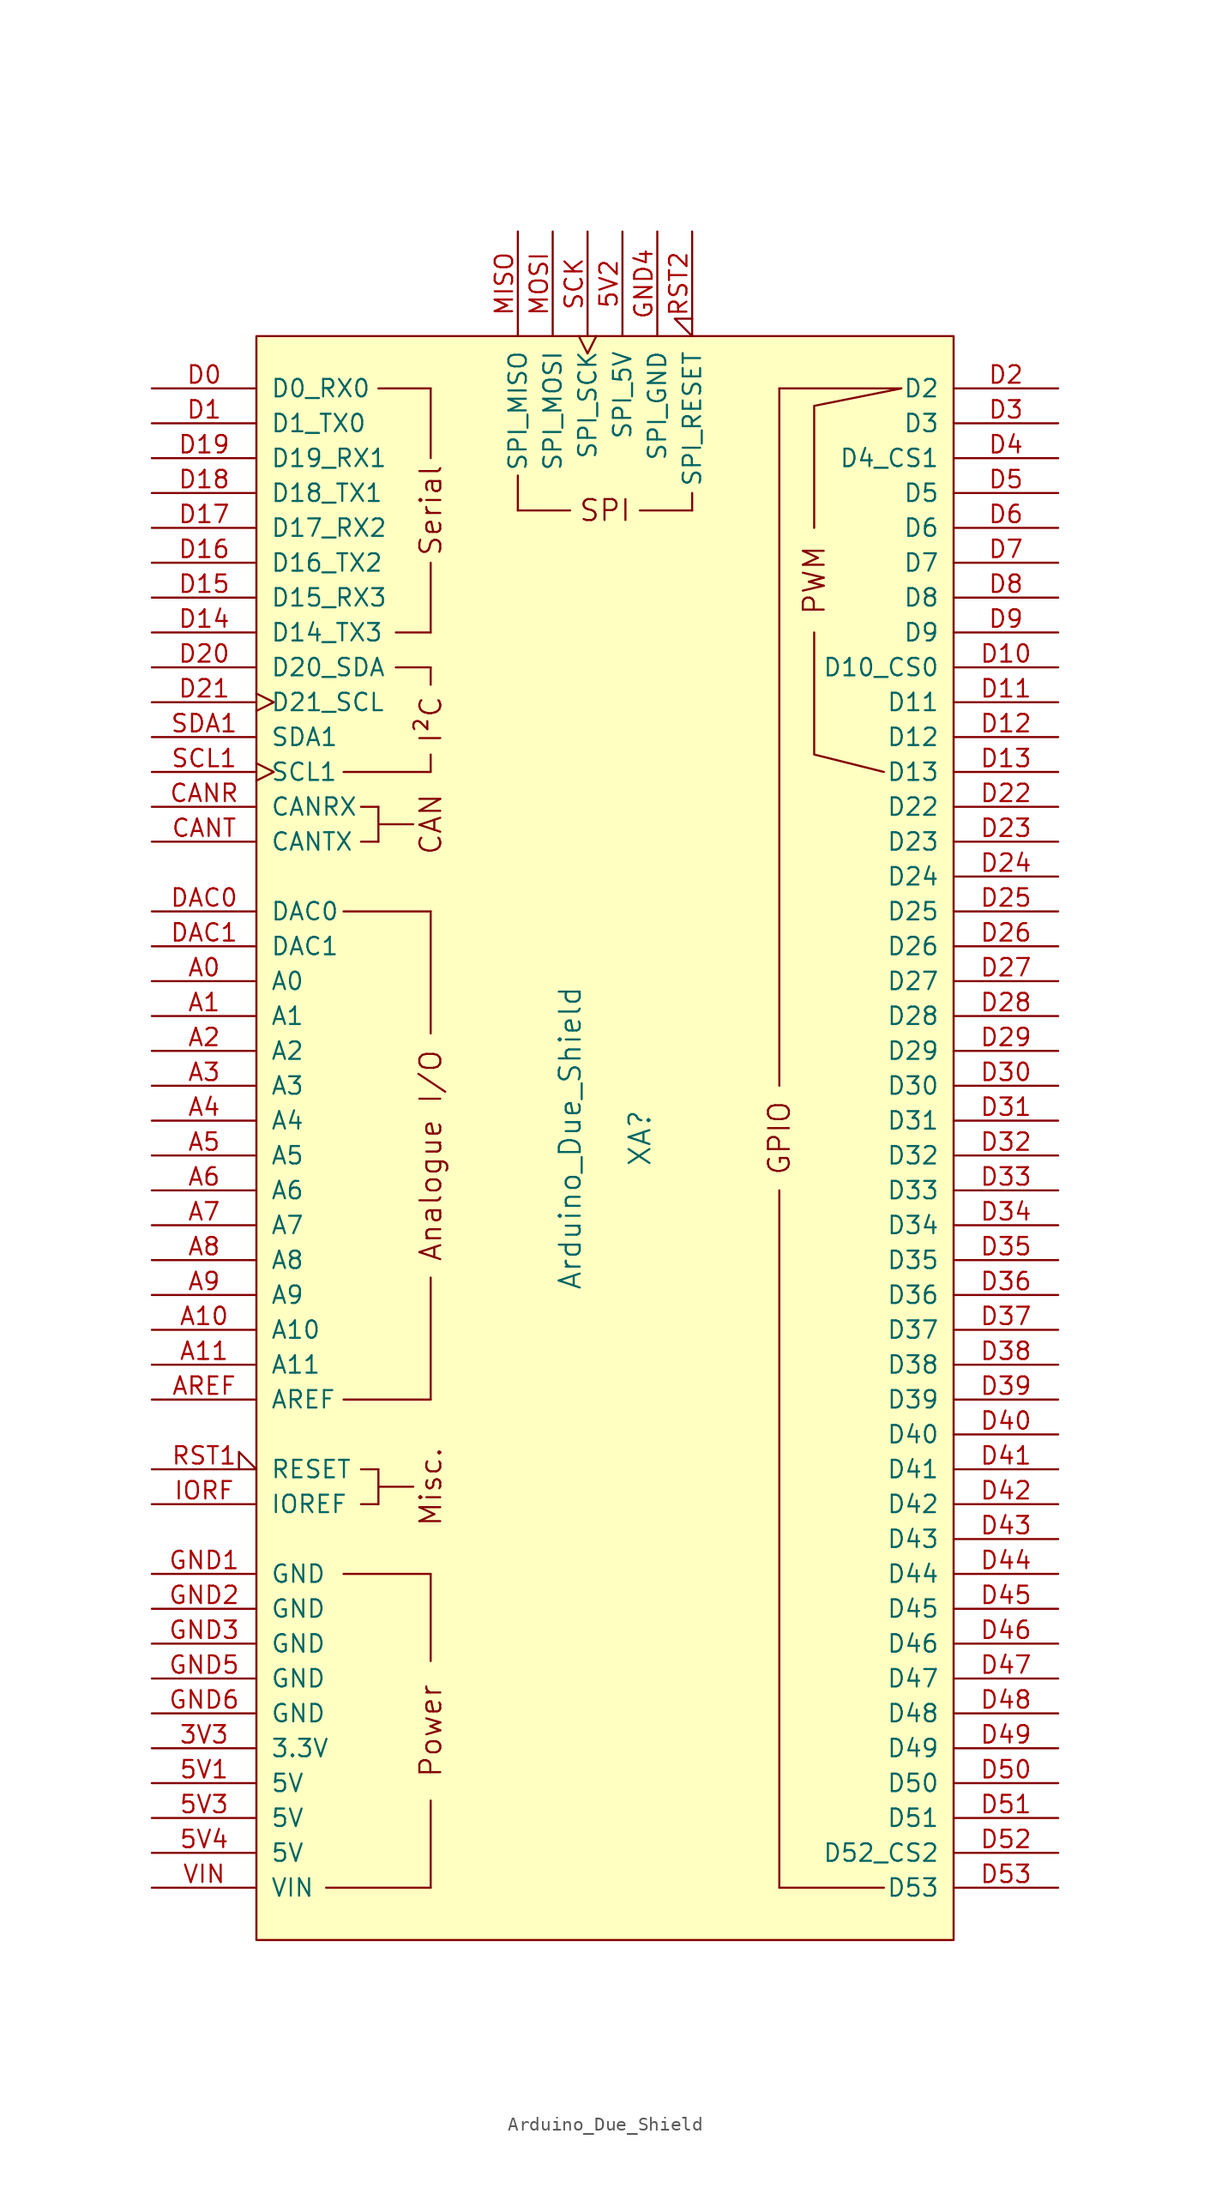
<source format=kicad_sym>
(kicad_symbol_lib
  (version 20220914)
  (generator kicad_symbol_editor)
  (symbol "Arduino_Due_Shield"
    (pin_names
      (offset 1.016))
    (property "Reference" "XA"
      (at 2.54 0 90)
      (effects (font (size 1.524 1.524))))
    (property "Value" "Arduino_Due_Shield"
      (at -2.54 0 90)
      (effects (font (size 1.524 1.524))))
    (symbol "Arduino_Due_Shield_0_0"
      (rectangle (start -25.4 -58.42) (end 25.4 58.42) (stroke (width 0) (type default)) (fill (type background)))
      (rectangle (start -20.32 -54.61) (end -12.7 -54.61) (stroke (width 0) (type default)) (fill (type none)))
      (rectangle (start -19.05 -31.75) (end -12.7 -31.75) (stroke (width 0) (type default)) (fill (type none)))
      (rectangle (start -19.05 -19.05) (end -12.7 -19.05) (stroke (width 0) (type default)) (fill (type none)))
      (rectangle (start -19.05 16.51) (end -12.7 16.51) (stroke (width 0) (type default)) (fill (type none)))
      (rectangle (start -19.05 26.67) (end -12.7 26.67) (stroke (width 0) (type default)) (fill (type none)))
      (rectangle (start -17.78 -26.67) (end -16.51 -26.67) (stroke (width 0) (type default)) (fill (type none)))
      (rectangle (start -17.78 -24.13) (end -16.51 -24.13) (stroke (width 0) (type default)) (fill (type none)))
      (rectangle (start -17.78 21.59) (end -16.51 21.59) (stroke (width 0) (type default)) (fill (type none)))
      (rectangle (start -17.78 24.13) (end -16.51 24.13) (stroke (width 0) (type default)) (fill (type none)))
      (rectangle (start -16.51 -25.4) (end -13.97 -25.4) (stroke (width 0) (type default)) (fill (type none)))
      (rectangle (start -16.51 -24.13) (end -16.51 -26.67) (stroke (width 0) (type default)) (fill (type none)))
      (rectangle (start -16.51 22.86) (end -13.97 22.86) (stroke (width 0) (type default)) (fill (type none)))
      (rectangle (start -16.51 24.13) (end -16.51 21.59) (stroke (width 0) (type default)) (fill (type none)))
      (rectangle (start -16.51 54.61) (end -12.7 54.61) (stroke (width 0) (type default)) (fill (type none)))
      (rectangle (start -15.24 34.29) (end -12.7 34.29) (stroke (width 0) (type default)) (fill (type none)))
      (rectangle (start -15.24 36.83) (end -12.7 36.83) (stroke (width 0) (type default)) (fill (type none)))
      (rectangle (start -12.7 -54.61) (end -12.7 -48.26) (stroke (width 0) (type default)) (fill (type none)))
      (rectangle (start -12.7 -31.75) (end -12.7 -38.1) (stroke (width 0) (type default)) (fill (type none)))
      (rectangle (start -12.7 -19.05) (end -12.7 -10.16) (stroke (width 0) (type default)) (fill (type none)))
      (rectangle (start -12.7 16.51) (end -12.7 7.62) (stroke (width 0) (type default)) (fill (type none)))
      (rectangle (start -12.7 26.67) (end -12.7 27.94) (stroke (width 0) (type default)) (fill (type none)))
      (rectangle (start -12.7 34.29) (end -12.7 33.02) (stroke (width 0) (type default)) (fill (type none)))
      (rectangle (start -12.7 41.91) (end -12.7 36.83) (stroke (width 0) (type default)) (fill (type none)))
      (rectangle (start -12.7 49.53) (end -12.7 54.61) (stroke (width 0) (type default)) (fill (type none)))
      (rectangle (start -6.35 48.26) (end -6.35 45.72) (stroke (width 0) (type default)) (fill (type none)))
      (rectangle (start -2.54 45.72) (end -6.35 45.72) (stroke (width 0) (type default)) (fill (type none)))
      (polyline (pts (xy 12.7 -54.61) (xy 20.32 -54.61)) (stroke (width 0) (type default)) (fill (type none)))
      (polyline (pts (xy 21.59 54.61) (xy 12.7 54.61)) (stroke (width 0) (type default)) (fill (type none)))
      (polyline (pts (xy 15.24 44.45) (xy 15.24 53.34) (xy 21.59 54.61)) (stroke (width 0) (type default)) (fill (type none)))
      (polyline (pts (xy 20.32 26.67) (xy 15.24 27.94) (xy 15.24 36.83)) (stroke (width 0) (type default)) (fill (type none)))
      (rectangle (start 6.35 45.72) (end 2.54 45.72) (stroke (width 0) (type default)) (fill (type none)))
      (rectangle (start 6.35 46.99) (end 6.35 45.72) (stroke (width 0) (type default)) (fill (type none)))
      (text "Analogue I/O" (at -12.7 -1.27 900) (effects (font (size 1.524 1.524))))
      (text "CAN" (at -12.7 22.86 900) (effects (font (size 1.524 1.524))))
      (text "I²C" (at -12.7 30.48 900) (effects (font (size 1.524 1.524))))
      (text "Misc." (at -12.7 -25.4 900) (effects (font (size 1.524 1.524))))
      (text "Power" (at -12.7 -43.18 900) (effects (font (size 1.524 1.524))))
      (text "PWM" (at 15.24 40.64 900) (effects (font (size 1.524 1.524))))
      (text "Serial" (at -12.7 45.72 900) (effects (font (size 1.524 1.524))))
      (text "SPI" (at 0 45.72 0) (effects (font (size 1.524 1.524)))))
    (symbol "Arduino_Due_Shield_1_0"
      (rectangle (start 12.7 -54.61) (end 12.7 -3.81) (stroke (width 0) (type default)) (fill (type none)))
      (rectangle (start 12.7 54.61) (end 12.7 3.81) (stroke (width 0) (type default)) (fill (type none)))
      (text "GPIO" (at 12.7 0 900) (effects (font (size 1.524 1.524)))))
    (symbol "Arduino_Due_Shield_1_1"
      (pin power_in line (at -33.02 -44.45 0) (length 7.62) (name "3.3V" (effects (font (size 1.27 1.27)))) (number "3V3" (effects (font (size 1.27 1.27)))))
      (pin power_in line (at -33.02 -46.99 0) (length 7.62) (name "5V" (effects (font (size 1.27 1.27)))) (number "5V1" (effects (font (size 1.27 1.27)))))
      (pin power_in line (at 1.27 66.04 270) (length 7.62) (name "SPI_5V" (effects (font (size 1.27 1.27)))) (number "5V2" (effects (font (size 1.27 1.27)))))
      (pin power_in line (at -33.02 -49.53 0) (length 7.62) (name "5V" (effects (font (size 1.27 1.27)))) (number "5V3" (effects (font (size 1.27 1.27)))))
      (pin power_in line (at -33.02 -52.07 0) (length 7.62) (name "5V" (effects (font (size 1.27 1.27)))) (number "5V4" (effects (font (size 1.27 1.27)))))
      (pin bidirectional line (at -33.02 11.43 0) (length 7.62) (name "A0" (effects (font (size 1.27 1.27)))) (number "A0" (effects (font (size 1.27 1.27)))))
      (pin bidirectional line (at -33.02 8.89 0) (length 7.62) (name "A1" (effects (font (size 1.27 1.27)))) (number "A1" (effects (font (size 1.27 1.27)))))
      (pin bidirectional line (at -33.02 -13.97 0) (length 7.62) (name "A10" (effects (font (size 1.27 1.27)))) (number "A10" (effects (font (size 1.27 1.27)))))
      (pin bidirectional line (at -33.02 -16.51 0) (length 7.62) (name "A11" (effects (font (size 1.27 1.27)))) (number "A11" (effects (font (size 1.27 1.27)))))
      (pin bidirectional line (at -33.02 6.35 0) (length 7.62) (name "A2" (effects (font (size 1.27 1.27)))) (number "A2" (effects (font (size 1.27 1.27)))))
      (pin bidirectional line (at -33.02 3.81 0) (length 7.62) (name "A3" (effects (font (size 1.27 1.27)))) (number "A3" (effects (font (size 1.27 1.27)))))
      (pin bidirectional line (at -33.02 1.27 0) (length 7.62) (name "A4" (effects (font (size 1.27 1.27)))) (number "A4" (effects (font (size 1.27 1.27)))))
      (pin bidirectional line (at -33.02 -1.27 0) (length 7.62) (name "A5" (effects (font (size 1.27 1.27)))) (number "A5" (effects (font (size 1.27 1.27)))))
      (pin bidirectional line (at -33.02 -3.81 0) (length 7.62) (name "A6" (effects (font (size 1.27 1.27)))) (number "A6" (effects (font (size 1.27 1.27)))))
      (pin bidirectional line (at -33.02 -6.35 0) (length 7.62) (name "A7" (effects (font (size 1.27 1.27)))) (number "A7" (effects (font (size 1.27 1.27)))))
      (pin bidirectional line (at -33.02 -8.89 0) (length 7.62) (name "A8" (effects (font (size 1.27 1.27)))) (number "A8" (effects (font (size 1.27 1.27)))))
      (pin bidirectional line (at -33.02 -11.43 0) (length 7.62) (name "A9" (effects (font (size 1.27 1.27)))) (number "A9" (effects (font (size 1.27 1.27)))))
      (pin input line (at -33.02 -19.05 0) (length 7.62) (name "AREF" (effects (font (size 1.27 1.27)))) (number "AREF" (effects (font (size 1.27 1.27)))))
      (pin bidirectional line (at -33.02 24.13 0) (length 7.62) (name "CANRX" (effects (font (size 1.27 1.27)))) (number "CANR" (effects (font (size 1.27 1.27)))))
      (pin bidirectional line (at -33.02 21.59 0) (length 7.62) (name "CANTX" (effects (font (size 1.27 1.27)))) (number "CANT" (effects (font (size 1.27 1.27)))))
      (pin bidirectional line (at -33.02 54.61 0) (length 7.62) (name "D0_RX0" (effects (font (size 1.27 1.27)))) (number "D0" (effects (font (size 1.27 1.27)))))
      (pin bidirectional line (at -33.02 52.07 0) (length 7.62) (name "D1_TX0" (effects (font (size 1.27 1.27)))) (number "D1" (effects (font (size 1.27 1.27)))))
      (pin bidirectional line (at 33.02 34.29 180) (length 7.62) (name "D10_CS0" (effects (font (size 1.27 1.27)))) (number "D10" (effects (font (size 1.27 1.27)))))
      (pin bidirectional line (at 33.02 31.75 180) (length 7.62) (name "D11" (effects (font (size 1.27 1.27)))) (number "D11" (effects (font (size 1.27 1.27)))))
      (pin bidirectional line (at 33.02 29.21 180) (length 7.62) (name "D12" (effects (font (size 1.27 1.27)))) (number "D12" (effects (font (size 1.27 1.27)))))
      (pin bidirectional line (at 33.02 26.67 180) (length 7.62) (name "D13" (effects (font (size 1.27 1.27)))) (number "D13" (effects (font (size 1.27 1.27)))))
      (pin bidirectional line (at -33.02 36.83 0) (length 7.62) (name "D14_TX3" (effects (font (size 1.27 1.27)))) (number "D14" (effects (font (size 1.27 1.27)))))
      (pin bidirectional line (at -33.02 39.37 0) (length 7.62) (name "D15_RX3" (effects (font (size 1.27 1.27)))) (number "D15" (effects (font (size 1.27 1.27)))))
      (pin bidirectional line (at -33.02 41.91 0) (length 7.62) (name "D16_TX2" (effects (font (size 1.27 1.27)))) (number "D16" (effects (font (size 1.27 1.27)))))
      (pin bidirectional line (at -33.02 44.45 0) (length 7.62) (name "D17_RX2" (effects (font (size 1.27 1.27)))) (number "D17" (effects (font (size 1.27 1.27)))))
      (pin bidirectional line (at -33.02 46.99 0) (length 7.62) (name "D18_TX1" (effects (font (size 1.27 1.27)))) (number "D18" (effects (font (size 1.27 1.27)))))
      (pin bidirectional line (at -33.02 49.53 0) (length 7.62) (name "D19_RX1" (effects (font (size 1.27 1.27)))) (number "D19" (effects (font (size 1.27 1.27)))))
      (pin bidirectional line (at 33.02 54.61 180) (length 7.62) (name "D2" (effects (font (size 1.27 1.27)))) (number "D2" (effects (font (size 1.27 1.27)))))
      (pin bidirectional line (at -33.02 34.29 0) (length 7.62) (name "D20_SDA" (effects (font (size 1.27 1.27)))) (number "D20" (effects (font (size 1.27 1.27)))))
      (pin bidirectional clock (at -33.02 31.75 0) (length 7.62) (name "D21_SCL" (effects (font (size 1.27 1.27)))) (number "D21" (effects (font (size 1.27 1.27)))))
      (pin bidirectional line (at 33.02 24.13 180) (length 7.62) (name "D22" (effects (font (size 1.27 1.27)))) (number "D22" (effects (font (size 1.27 1.27)))))
      (pin bidirectional line (at 33.02 21.59 180) (length 7.62) (name "D23" (effects (font (size 1.27 1.27)))) (number "D23" (effects (font (size 1.27 1.27)))))
      (pin bidirectional line (at 33.02 19.05 180) (length 7.62) (name "D24" (effects (font (size 1.27 1.27)))) (number "D24" (effects (font (size 1.27 1.27)))))
      (pin bidirectional line (at 33.02 16.51 180) (length 7.62) (name "D25" (effects (font (size 1.27 1.27)))) (number "D25" (effects (font (size 1.27 1.27)))))
      (pin bidirectional line (at 33.02 13.97 180) (length 7.62) (name "D26" (effects (font (size 1.27 1.27)))) (number "D26" (effects (font (size 1.27 1.27)))))
      (pin bidirectional line (at 33.02 11.43 180) (length 7.62) (name "D27" (effects (font (size 1.27 1.27)))) (number "D27" (effects (font (size 1.27 1.27)))))
      (pin bidirectional line (at 33.02 8.89 180) (length 7.62) (name "D28" (effects (font (size 1.27 1.27)))) (number "D28" (effects (font (size 1.27 1.27)))))
      (pin bidirectional line (at 33.02 6.35 180) (length 7.62) (name "D29" (effects (font (size 1.27 1.27)))) (number "D29" (effects (font (size 1.27 1.27)))))
      (pin bidirectional line (at 33.02 52.07 180) (length 7.62) (name "D3" (effects (font (size 1.27 1.27)))) (number "D3" (effects (font (size 1.27 1.27)))))
      (pin bidirectional line (at 33.02 3.81 180) (length 7.62) (name "D30" (effects (font (size 1.27 1.27)))) (number "D30" (effects (font (size 1.27 1.27)))))
      (pin bidirectional line (at 33.02 1.27 180) (length 7.62) (name "D31" (effects (font (size 1.27 1.27)))) (number "D31" (effects (font (size 1.27 1.27)))))
      (pin bidirectional line (at 33.02 -1.27 180) (length 7.62) (name "D32" (effects (font (size 1.27 1.27)))) (number "D32" (effects (font (size 1.27 1.27)))))
      (pin bidirectional line (at 33.02 -3.81 180) (length 7.62) (name "D33" (effects (font (size 1.27 1.27)))) (number "D33" (effects (font (size 1.27 1.27)))))
      (pin bidirectional line (at 33.02 -6.35 180) (length 7.62) (name "D34" (effects (font (size 1.27 1.27)))) (number "D34" (effects (font (size 1.27 1.27)))))
      (pin bidirectional line (at 33.02 -8.89 180) (length 7.62) (name "D35" (effects (font (size 1.27 1.27)))) (number "D35" (effects (font (size 1.27 1.27)))))
      (pin bidirectional line (at 33.02 -11.43 180) (length 7.62) (name "D36" (effects (font (size 1.27 1.27)))) (number "D36" (effects (font (size 1.27 1.27)))))
      (pin bidirectional line (at 33.02 -13.97 180) (length 7.62) (name "D37" (effects (font (size 1.27 1.27)))) (number "D37" (effects (font (size 1.27 1.27)))))
      (pin bidirectional line (at 33.02 -16.51 180) (length 7.62) (name "D38" (effects (font (size 1.27 1.27)))) (number "D38" (effects (font (size 1.27 1.27)))))
      (pin bidirectional line (at 33.02 -19.05 180) (length 7.62) (name "D39" (effects (font (size 1.27 1.27)))) (number "D39" (effects (font (size 1.27 1.27)))))
      (pin bidirectional line (at 33.02 49.53 180) (length 7.62) (name "D4_CS1" (effects (font (size 1.27 1.27)))) (number "D4" (effects (font (size 1.27 1.27)))))
      (pin bidirectional line (at 33.02 -21.59 180) (length 7.62) (name "D40" (effects (font (size 1.27 1.27)))) (number "D40" (effects (font (size 1.27 1.27)))))
      (pin bidirectional line (at 33.02 -24.13 180) (length 7.62) (name "D41" (effects (font (size 1.27 1.27)))) (number "D41" (effects (font (size 1.27 1.27)))))
      (pin bidirectional line (at 33.02 -26.67 180) (length 7.62) (name "D42" (effects (font (size 1.27 1.27)))) (number "D42" (effects (font (size 1.27 1.27)))))
      (pin bidirectional line (at 33.02 -29.21 180) (length 7.62) (name "D43" (effects (font (size 1.27 1.27)))) (number "D43" (effects (font (size 1.27 1.27)))))
      (pin bidirectional line (at 33.02 -31.75 180) (length 7.62) (name "D44" (effects (font (size 1.27 1.27)))) (number "D44" (effects (font (size 1.27 1.27)))))
      (pin bidirectional line (at 33.02 -34.29 180) (length 7.62) (name "D45" (effects (font (size 1.27 1.27)))) (number "D45" (effects (font (size 1.27 1.27)))))
      (pin bidirectional line (at 33.02 -36.83 180) (length 7.62) (name "D46" (effects (font (size 1.27 1.27)))) (number "D46" (effects (font (size 1.27 1.27)))))
      (pin bidirectional line (at 33.02 -39.37 180) (length 7.62) (name "D47" (effects (font (size 1.27 1.27)))) (number "D47" (effects (font (size 1.27 1.27)))))
      (pin bidirectional line (at 33.02 -41.91 180) (length 7.62) (name "D48" (effects (font (size 1.27 1.27)))) (number "D48" (effects (font (size 1.27 1.27)))))
      (pin bidirectional line (at 33.02 -44.45 180) (length 7.62) (name "D49" (effects (font (size 1.27 1.27)))) (number "D49" (effects (font (size 1.27 1.27)))))
      (pin bidirectional line (at 33.02 46.99 180) (length 7.62) (name "D5" (effects (font (size 1.27 1.27)))) (number "D5" (effects (font (size 1.27 1.27)))))
      (pin bidirectional line (at 33.02 -46.99 180) (length 7.62) (name "D50" (effects (font (size 1.27 1.27)))) (number "D50" (effects (font (size 1.27 1.27)))))
      (pin bidirectional line (at 33.02 -49.53 180) (length 7.62) (name "D51" (effects (font (size 1.27 1.27)))) (number "D51" (effects (font (size 1.27 1.27)))))
      (pin bidirectional line (at 33.02 -52.07 180) (length 7.62) (name "D52_CS2" (effects (font (size 1.27 1.27)))) (number "D52" (effects (font (size 1.27 1.27)))))
      (pin bidirectional line (at 33.02 -54.61 180) (length 7.62) (name "D53" (effects (font (size 1.27 1.27)))) (number "D53" (effects (font (size 1.27 1.27)))))
      (pin bidirectional line (at 33.02 44.45 180) (length 7.62) (name "D6" (effects (font (size 1.27 1.27)))) (number "D6" (effects (font (size 1.27 1.27)))))
      (pin bidirectional line (at 33.02 41.91 180) (length 7.62) (name "D7" (effects (font (size 1.27 1.27)))) (number "D7" (effects (font (size 1.27 1.27)))))
      (pin bidirectional line (at 33.02 39.37 180) (length 7.62) (name "D8" (effects (font (size 1.27 1.27)))) (number "D8" (effects (font (size 1.27 1.27)))))
      (pin bidirectional line (at 33.02 36.83 180) (length 7.62) (name "D9" (effects (font (size 1.27 1.27)))) (number "D9" (effects (font (size 1.27 1.27)))))
      (pin bidirectional line (at -33.02 16.51 0) (length 7.62) (name "DAC0" (effects (font (size 1.27 1.27)))) (number "DAC0" (effects (font (size 1.27 1.27)))))
      (pin bidirectional line (at -33.02 13.97 0) (length 7.62) (name "DAC1" (effects (font (size 1.27 1.27)))) (number "DAC1" (effects (font (size 1.27 1.27)))))
      (pin power_in line (at -33.02 -31.75 0) (length 7.62) (name "GND" (effects (font (size 1.27 1.27)))) (number "GND1" (effects (font (size 1.27 1.27)))))
      (pin power_in line (at -33.02 -34.29 0) (length 7.62) (name "GND" (effects (font (size 1.27 1.27)))) (number "GND2" (effects (font (size 1.27 1.27)))))
      (pin power_in line (at -33.02 -36.83 0) (length 7.62) (name "GND" (effects (font (size 1.27 1.27)))) (number "GND3" (effects (font (size 1.27 1.27)))))
      (pin power_in line (at 3.81 66.04 270) (length 7.62) (name "SPI_GND" (effects (font (size 1.27 1.27)))) (number "GND4" (effects (font (size 1.27 1.27)))))
      (pin power_in line (at -33.02 -39.37 0) (length 7.62) (name "GND" (effects (font (size 1.27 1.27)))) (number "GND5" (effects (font (size 1.27 1.27)))))
      (pin power_in line (at -33.02 -41.91 0) (length 7.62) (name "GND" (effects (font (size 1.27 1.27)))) (number "GND6" (effects (font (size 1.27 1.27)))))
      (pin output line (at -33.02 -26.67 0) (length 7.62) (name "IOREF" (effects (font (size 1.27 1.27)))) (number "IORF" (effects (font (size 1.27 1.27)))))
      (pin input line (at -6.35 66.04 270) (length 7.62) (name "SPI_MISO" (effects (font (size 1.27 1.27)))) (number "MISO" (effects (font (size 1.27 1.27)))))
      (pin output line (at -3.81 66.04 270) (length 7.62) (name "SPI_MOSI" (effects (font (size 1.27 1.27)))) (number "MOSI" (effects (font (size 1.27 1.27)))))
      (pin open_collector input_low (at -33.02 -24.13 0) (length 7.62) (name "RESET" (effects (font (size 1.27 1.27)))) (number "RST1" (effects (font (size 1.27 1.27)))))
      (pin open_collector input_low (at 6.35 66.04 270) (length 7.62) (name "SPI_RESET" (effects (font (size 1.27 1.27)))) (number "RST2" (effects (font (size 1.27 1.27)))))
      (pin output clock (at -1.27 66.04 270) (length 7.62) (name "SPI_SCK" (effects (font (size 1.27 1.27)))) (number "SCK" (effects (font (size 1.27 1.27)))))
      (pin bidirectional clock (at -33.02 26.67 0) (length 7.62) (name "SCL1" (effects (font (size 1.27 1.27)))) (number "SCL1" (effects (font (size 1.27 1.27)))))
      (pin bidirectional line (at -33.02 29.21 0) (length 7.62) (name "SDA1" (effects (font (size 1.27 1.27)))) (number "SDA1" (effects (font (size 1.27 1.27)))))
      (pin power_in line (at -33.02 -54.61 0) (length 7.62) (name "VIN" (effects (font (size 1.27 1.27)))) (number "VIN" (effects (font (size 1.27 1.27))))))))
</source>
